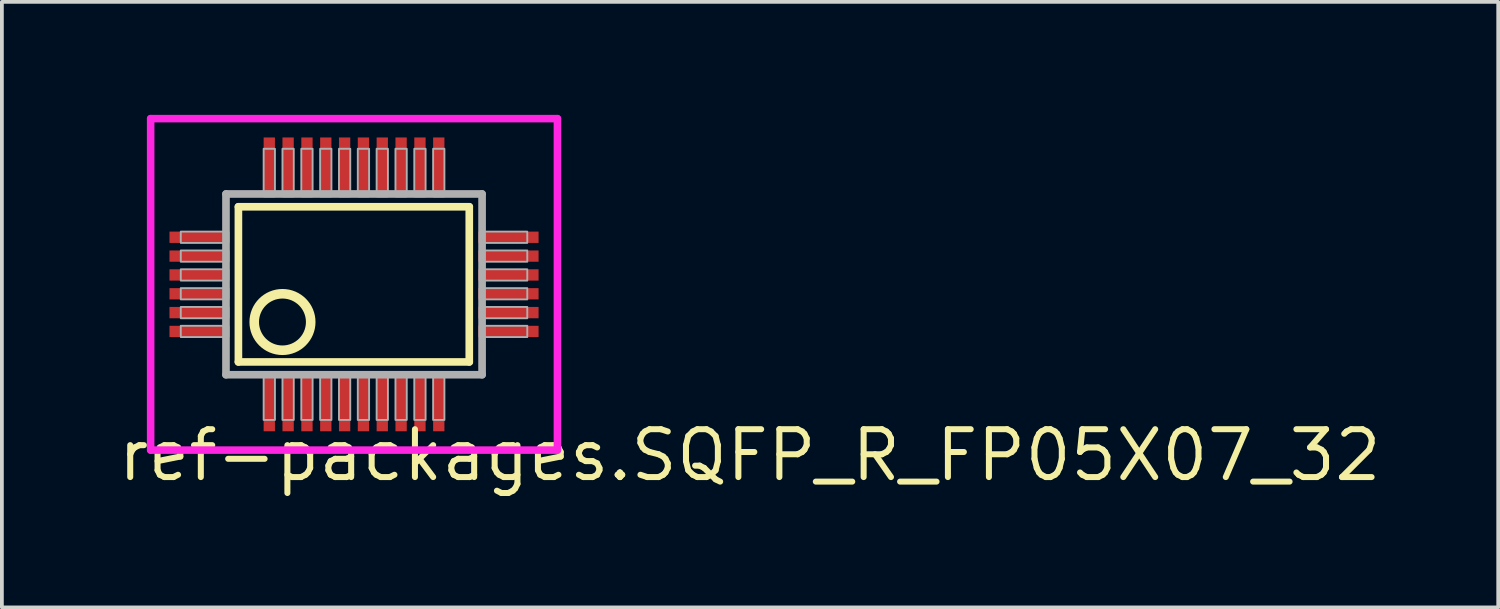
<source format=kicad_pcb>
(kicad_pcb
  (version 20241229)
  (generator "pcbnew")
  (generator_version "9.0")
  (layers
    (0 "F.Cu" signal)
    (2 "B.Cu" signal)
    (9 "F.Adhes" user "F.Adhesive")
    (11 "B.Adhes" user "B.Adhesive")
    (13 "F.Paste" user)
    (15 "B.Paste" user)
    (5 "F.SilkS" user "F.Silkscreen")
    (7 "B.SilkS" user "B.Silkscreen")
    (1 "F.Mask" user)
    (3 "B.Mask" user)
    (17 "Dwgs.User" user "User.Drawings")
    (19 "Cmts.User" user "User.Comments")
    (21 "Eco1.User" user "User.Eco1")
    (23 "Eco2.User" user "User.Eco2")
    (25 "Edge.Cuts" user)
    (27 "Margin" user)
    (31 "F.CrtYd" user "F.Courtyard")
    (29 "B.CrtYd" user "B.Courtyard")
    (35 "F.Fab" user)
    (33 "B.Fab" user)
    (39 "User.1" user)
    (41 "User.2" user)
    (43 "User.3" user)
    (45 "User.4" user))
  (footprint "ref-packages.SQFP_R_FP05X07_32"
    (layer "F.Cu")
    (at 6.35 4.5)
    (property "Reference" "ref-packages.SQFP_R_FP05X07_32" (at -6.35 5.28 0) (layer "F.SilkS") (effects (font (size 1.27 1.27) (thickness 0.16)) (justify left bottom)))
    (attr smd)
    (fp_line (start -3.07 -2.06) (end 3.06 -2.06) (stroke (width 0.203) (type default)) (layer "F.SilkS"))
    (fp_line (start -3.07 2.06) (end -3.07 -2.06) (stroke (width 0.203) (type default)) (layer "F.SilkS"))
    (fp_line (start 3.06 -2.06) (end 3.06 2.06) (stroke (width 0.203) (type default)) (layer "F.SilkS"))
    (fp_line (start 3.06 2.06) (end -3.07 2.06) (stroke (width 0.203) (type default)) (layer "F.SilkS"))
    (fp_circle (center -1.9 1) (end -1.15 1) (stroke (width 0.254) (type default)) (fill no) (layer "F.SilkS"))
    (fp_line (start -5.4 -4.4) (end 5.4 -4.4) (stroke (width 0.2) (type default)) (layer "F.CrtYd"))
    (fp_line (start -5.4 4.4) (end -5.4 -4.4) (stroke (width 0.2) (type default)) (layer "F.CrtYd"))
    (fp_line (start 5.4 -4.4) (end 5.4 4.4) (stroke (width 0.2) (type default)) (layer "F.CrtYd"))
    (fp_line (start 5.4 4.4) (end -5.4 4.4) (stroke (width 0.2) (type default)) (layer "F.CrtYd"))
    (fp_line (start -3.4 -2.4) (end -3.4 2.4) (stroke (width 0.203) (type default)) (layer "F.Fab"))
    (fp_line (start -3.4 2.4) (end 3.4 2.4) (stroke (width 0.203) (type default)) (layer "F.Fab"))
    (fp_line (start 3.4 -2.4) (end -3.4 -2.4) (stroke (width 0.203) (type default)) (layer "F.Fab"))
    (fp_line (start 3.4 2.4) (end 3.4 -2.4) (stroke (width 0.203) (type default)) (layer "F.Fab"))
    (fp_rect (start -4.6 -1.1) (end -3.4 -1.4) (stroke (width 0.05) (type default)) (fill no) (layer "F.Fab"))
    (fp_rect (start -4.6 -0.6) (end -3.4 -0.9) (stroke (width 0.05) (type default)) (fill no) (layer "F.Fab"))
    (fp_rect (start -4.6 -0.1) (end -3.4 -0.4) (stroke (width 0.05) (type default)) (fill no) (layer "F.Fab"))
    (fp_rect (start -4.6 0.4) (end -3.4 0.1) (stroke (width 0.05) (type default)) (fill no) (layer "F.Fab"))
    (fp_rect (start -4.6 0.9) (end -3.4 0.6) (stroke (width 0.05) (type default)) (fill no) (layer "F.Fab"))
    (fp_rect (start -4.6 1.4) (end -3.4 1.1) (stroke (width 0.05) (type default)) (fill no) (layer "F.Fab"))
    (fp_rect (start -2.4 -2.45) (end -2.1 -3.6) (stroke (width 0.05) (type default)) (fill no) (layer "F.Fab"))
    (fp_rect (start -2.4 3.6) (end -2.1 2.45) (stroke (width 0.05) (type default)) (fill no) (layer "F.Fab"))
    (fp_rect (start -1.9 -2.45) (end -1.6 -3.6) (stroke (width 0.05) (type default)) (fill no) (layer "F.Fab"))
    (fp_rect (start -1.9 3.6) (end -1.6 2.45) (stroke (width 0.05) (type default)) (fill no) (layer "F.Fab"))
    (fp_rect (start -1.4 -2.45) (end -1.1 -3.6) (stroke (width 0.05) (type default)) (fill no) (layer "F.Fab"))
    (fp_rect (start -1.4 3.6) (end -1.1 2.45) (stroke (width 0.05) (type default)) (fill no) (layer "F.Fab"))
    (fp_rect (start -0.9 -2.45) (end -0.6 -3.6) (stroke (width 0.05) (type default)) (fill no) (layer "F.Fab"))
    (fp_rect (start -0.9 3.6) (end -0.6 2.45) (stroke (width 0.05) (type default)) (fill no) (layer "F.Fab"))
    (fp_rect (start -0.4 -2.45) (end -0.1 -3.6) (stroke (width 0.05) (type default)) (fill no) (layer "F.Fab"))
    (fp_rect (start -0.4 3.6) (end -0.1 2.45) (stroke (width 0.05) (type default)) (fill no) (layer "F.Fab"))
    (fp_rect (start 0.1 -2.45) (end 0.4 -3.6) (stroke (width 0.05) (type default)) (fill no) (layer "F.Fab"))
    (fp_rect (start 0.1 3.6) (end 0.4 2.45) (stroke (width 0.05) (type default)) (fill no) (layer "F.Fab"))
    (fp_rect (start 0.6 -2.45) (end 0.9 -3.6) (stroke (width 0.05) (type default)) (fill no) (layer "F.Fab"))
    (fp_rect (start 0.6 3.6) (end 0.9 2.45) (stroke (width 0.05) (type default)) (fill no) (layer "F.Fab"))
    (fp_rect (start 1.1 -2.45) (end 1.4 -3.6) (stroke (width 0.05) (type default)) (fill no) (layer "F.Fab"))
    (fp_rect (start 1.1 3.6) (end 1.4 2.45) (stroke (width 0.05) (type default)) (fill no) (layer "F.Fab"))
    (fp_rect (start 1.6 -2.45) (end 1.9 -3.6) (stroke (width 0.05) (type default)) (fill no) (layer "F.Fab"))
    (fp_rect (start 1.6 3.6) (end 1.9 2.45) (stroke (width 0.05) (type default)) (fill no) (layer "F.Fab"))
    (fp_rect (start 2.1 -2.45) (end 2.4 -3.6) (stroke (width 0.05) (type default)) (fill no) (layer "F.Fab"))
    (fp_rect (start 2.1 3.6) (end 2.4 2.45) (stroke (width 0.05) (type default)) (fill no) (layer "F.Fab"))
    (fp_rect (start 3.4 -1.1) (end 4.6 -1.4) (stroke (width 0.05) (type default)) (fill no) (layer "F.Fab"))
    (fp_rect (start 3.4 -0.6) (end 4.6 -0.9) (stroke (width 0.05) (type default)) (fill no) (layer "F.Fab"))
    (fp_rect (start 3.4 -0.1) (end 4.6 -0.4) (stroke (width 0.05) (type default)) (fill no) (layer "F.Fab"))
    (fp_rect (start 3.4 0.4) (end 4.6 0.1) (stroke (width 0.05) (type default)) (fill no) (layer "F.Fab"))
    (fp_rect (start 3.4 0.9) (end 4.6 0.6) (stroke (width 0.05) (type default)) (fill no) (layer "F.Fab"))
    (fp_rect (start 3.4 1.4) (end 4.6 1.1) (stroke (width 0.05) (type default)) (fill no) (layer "F.Fab"))
    (pad "1" smd roundrect (at -2.25 3.1) (size 0.3 1.6) (layers "F.Cu" "F.Mask" "F.Paste") (roundrect_rratio 0.01))
    (pad "2" smd roundrect (at -1.75 3.1) (size 0.3 1.6) (layers "F.Cu" "F.Mask" "F.Paste") (roundrect_rratio 0.01))
    (pad "3" smd roundrect (at -1.25 3.1) (size 0.3 1.6) (layers "F.Cu" "F.Mask" "F.Paste") (roundrect_rratio 0.01))
    (pad "4" smd roundrect (at -0.75 3.1) (size 0.3 1.6) (layers "F.Cu" "F.Mask" "F.Paste") (roundrect_rratio 0.01))
    (pad "5" smd roundrect (at -0.25 3.1) (size 0.3 1.6) (layers "F.Cu" "F.Mask" "F.Paste") (roundrect_rratio 0.01))
    (pad "6" smd roundrect (at 0.25 3.1) (size 0.3 1.6) (layers "F.Cu" "F.Mask" "F.Paste") (roundrect_rratio 0.01))
    (pad "7" smd roundrect (at 0.75 3.1) (size 0.3 1.6) (layers "F.Cu" "F.Mask" "F.Paste") (roundrect_rratio 0.01))
    (pad "8" smd roundrect (at 1.25 3.1) (size 0.3 1.6) (layers "F.Cu" "F.Mask" "F.Paste") (roundrect_rratio 0.01))
    (pad "9" smd roundrect (at 1.75 3.1) (size 0.3 1.6) (layers "F.Cu" "F.Mask" "F.Paste") (roundrect_rratio 0.01))
    (pad "10" smd roundrect (at 2.25 3.1) (size 0.3 1.6) (layers "F.Cu" "F.Mask" "F.Paste") (roundrect_rratio 0.01))
    (pad "11" smd roundrect (at 4.1 1.25) (size 1.6 0.3) (layers "F.Cu" "F.Mask" "F.Paste") (roundrect_rratio 0.01))
    (pad "12" smd roundrect (at 4.1 0.75) (size 1.6 0.3) (layers "F.Cu" "F.Mask" "F.Paste") (roundrect_rratio 0.01))
    (pad "13" smd roundrect (at 4.1 0.25) (size 1.6 0.3) (layers "F.Cu" "F.Mask" "F.Paste") (roundrect_rratio 0.01))
    (pad "14" smd roundrect (at 4.1 -0.25) (size 1.6 0.3) (layers "F.Cu" "F.Mask" "F.Paste") (roundrect_rratio 0.01))
    (pad "15" smd roundrect (at 4.1 -0.75) (size 1.6 0.3) (layers "F.Cu" "F.Mask" "F.Paste") (roundrect_rratio 0.01))
    (pad "16" smd roundrect (at 4.1 -1.25) (size 1.6 0.3) (layers "F.Cu" "F.Mask" "F.Paste") (roundrect_rratio 0.01))
    (pad "17" smd roundrect (at 2.25 -3.1) (size 0.3 1.6) (layers "F.Cu" "F.Mask" "F.Paste") (roundrect_rratio 0.01))
    (pad "18" smd roundrect (at 1.75 -3.1) (size 0.3 1.6) (layers "F.Cu" "F.Mask" "F.Paste") (roundrect_rratio 0.01))
    (pad "19" smd roundrect (at 1.25 -3.1) (size 0.3 1.6) (layers "F.Cu" "F.Mask" "F.Paste") (roundrect_rratio 0.01))
    (pad "20" smd roundrect (at 0.75 -3.1) (size 0.3 1.6) (layers "F.Cu" "F.Mask" "F.Paste") (roundrect_rratio 0.01))
    (pad "21" smd roundrect (at 0.25 -3.1) (size 0.3 1.6) (layers "F.Cu" "F.Mask" "F.Paste") (roundrect_rratio 0.01))
    (pad "22" smd roundrect (at -0.25 -3.1) (size 0.3 1.6) (layers "F.Cu" "F.Mask" "F.Paste") (roundrect_rratio 0.01))
    (pad "23" smd roundrect (at -0.75 -3.1) (size 0.3 1.6) (layers "F.Cu" "F.Mask" "F.Paste") (roundrect_rratio 0.01))
    (pad "24" smd roundrect (at -1.25 -3.1) (size 0.3 1.6) (layers "F.Cu" "F.Mask" "F.Paste") (roundrect_rratio 0.01))
    (pad "25" smd roundrect (at -1.75 -3.1) (size 0.3 1.6) (layers "F.Cu" "F.Mask" "F.Paste") (roundrect_rratio 0.01))
    (pad "26" smd roundrect (at -2.25 -3.1) (size 0.3 1.6) (layers "F.Cu" "F.Mask" "F.Paste") (roundrect_rratio 0.01))
    (pad "27" smd roundrect (at -4.1 -1.25) (size 1.6 0.3) (layers "F.Cu" "F.Mask" "F.Paste") (roundrect_rratio 0.01))
    (pad "28" smd roundrect (at -4.1 -0.75) (size 1.6 0.3) (layers "F.Cu" "F.Mask" "F.Paste") (roundrect_rratio 0.01))
    (pad "29" smd roundrect (at -4.1 -0.25) (size 1.6 0.3) (layers "F.Cu" "F.Mask" "F.Paste") (roundrect_rratio 0.01))
    (pad "30" smd roundrect (at -4.1 0.25) (size 1.6 0.3) (layers "F.Cu" "F.Mask" "F.Paste") (roundrect_rratio 0.01))
    (pad "31" smd roundrect (at -4.1 0.75) (size 1.6 0.3) (layers "F.Cu" "F.Mask" "F.Paste") (roundrect_rratio 0.01))
    (pad "32" smd roundrect (at -4.1 1.25) (size 1.6 0.3) (layers "F.Cu" "F.Mask" "F.Paste") (roundrect_rratio 0.01)))
  (gr_rect
    (start -3 -3)
    (end 36.73 13.077)
    (stroke (width 0.1) (type default))
    (fill no)
    (layer "Edge.Cuts")))
</source>
